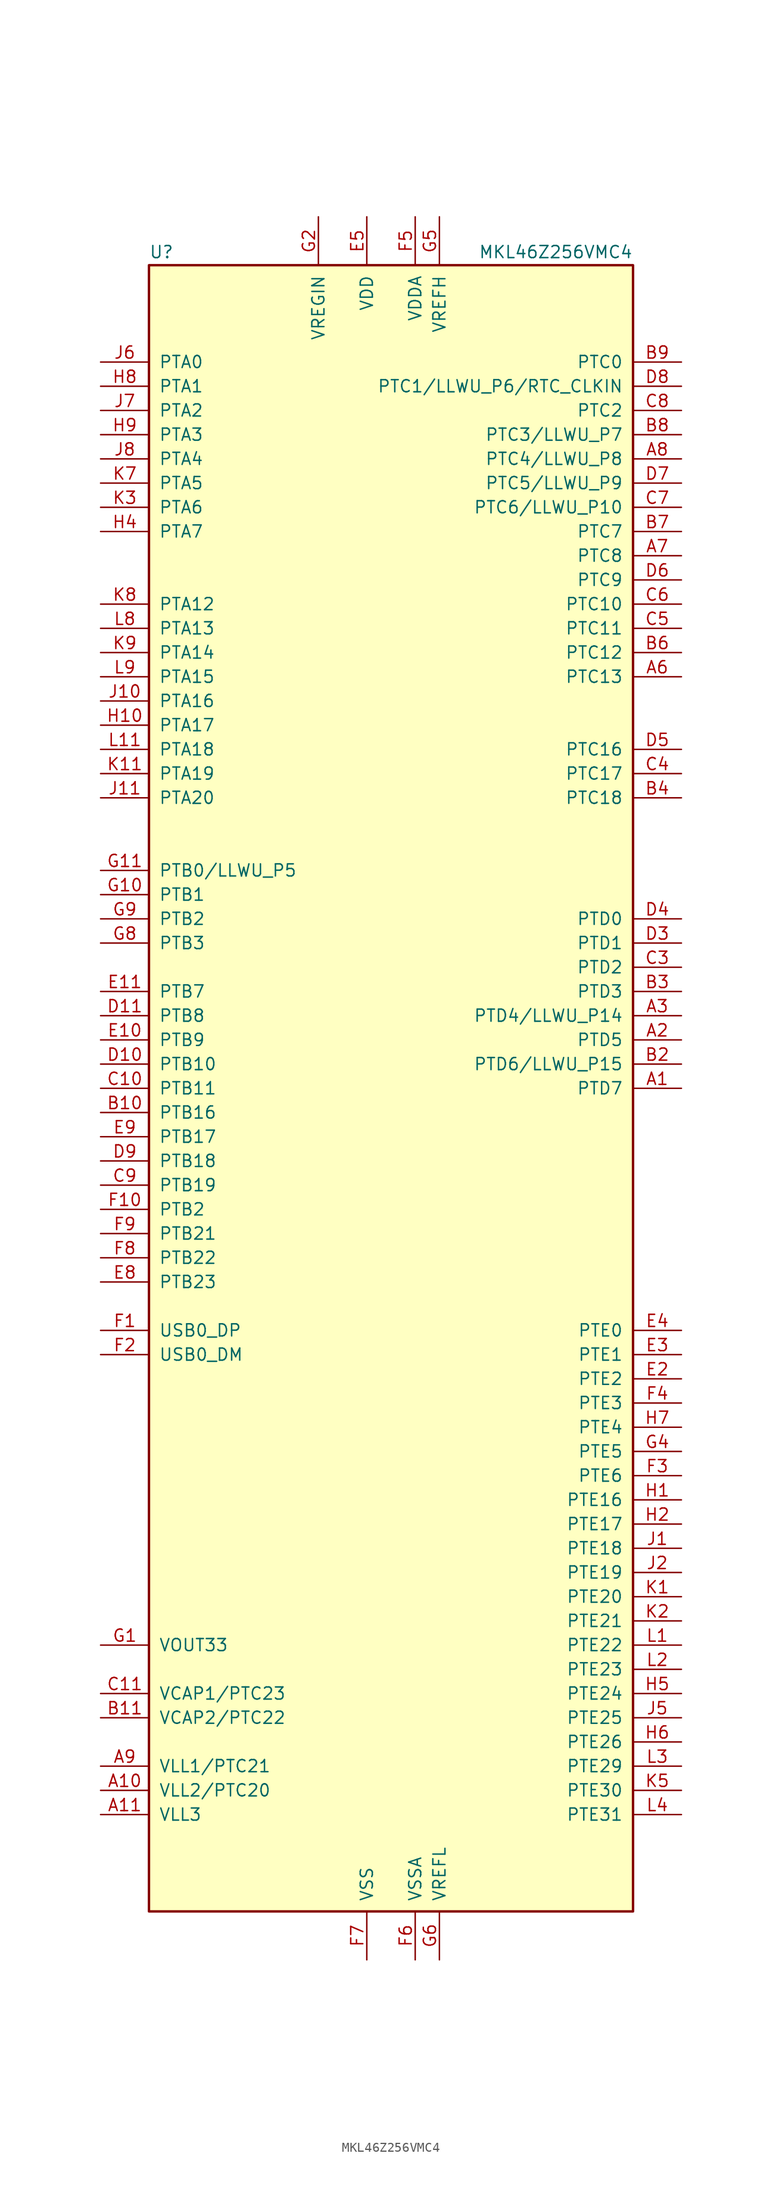
<source format=kicad_sym>
(kicad_symbol_lib
  (version 20211014)
  (generator kicad_symbol_editor)
  (symbol "MKL46Z256VMC4"
    (pin_names
      (offset 1.016))
    (property "Reference" "U"
      (at -25.4 86.995 0)
      (effects (font (size 1.27 1.27)) (justify left bottom)))
    (property "Value" "MKL46Z256VMC4"
      (at 25.4 86.995 0)
      (effects (font (size 1.27 1.27)) (justify right bottom)))
    (symbol "MKL46Z256VMC4_0_1"
      (rectangle (start -25.4 86.36) (end 25.4 -86.36) (stroke (width 0.254) (type default) (color 0 0 0 0)) (fill (type background))))
    (symbol "MKL46Z256VMC4_1_1"
      (pin bidirectional line (at 30.48 0 180) (length 5.08) (name "PTD7" (effects (font (size 1.27 1.27)))) (number "A1" (effects (font (size 1.27 1.27)))))
      (pin power_out line (at -30.48 -73.66 0) (length 5.08) (name "VLL2/PTC20" (effects (font (size 1.27 1.27)))) (number "A10" (effects (font (size 1.27 1.27)))))
      (pin power_out line (at -30.48 -76.2 0) (length 5.08) (name "VLL3" (effects (font (size 1.27 1.27)))) (number "A11" (effects (font (size 1.27 1.27)))))
      (pin bidirectional line (at 30.48 5.08 180) (length 5.08) (name "PTD5" (effects (font (size 1.27 1.27)))) (number "A2" (effects (font (size 1.27 1.27)))))
      (pin bidirectional line (at 30.48 7.62 180) (length 5.08) (name "PTD4/LLWU_P14" (effects (font (size 1.27 1.27)))) (number "A3" (effects (font (size 1.27 1.27)))))
      (pin no_connect line (at 25.4 27.94 180) (length 5.08) hide (name "NC" (effects (font (size 1.27 1.27)))) (number "A4" (effects (font (size 1.27 1.27)))))
      (pin no_connect line (at 25.4 40.64 180) (length 5.08) hide (name "NC" (effects (font (size 1.27 1.27)))) (number "A5" (effects (font (size 1.27 1.27)))))
      (pin bidirectional line (at 30.48 43.18 180) (length 5.08) (name "PTC13" (effects (font (size 1.27 1.27)))) (number "A6" (effects (font (size 1.27 1.27)))))
      (pin bidirectional line (at 30.48 55.88 180) (length 5.08) (name "PTC8" (effects (font (size 1.27 1.27)))) (number "A7" (effects (font (size 1.27 1.27)))))
      (pin bidirectional line (at 30.48 66.04 180) (length 5.08) (name "PTC4/LLWU_P8" (effects (font (size 1.27 1.27)))) (number "A8" (effects (font (size 1.27 1.27)))))
      (pin power_out line (at -30.48 -71.12 0) (length 5.08) (name "VLL1/PTC21" (effects (font (size 1.27 1.27)))) (number "A9" (effects (font (size 1.27 1.27)))))
      (pin no_connect line (at 25.4 -7.62 180) (length 5.08) hide (name "NC" (effects (font (size 1.27 1.27)))) (number "B1" (effects (font (size 1.27 1.27)))))
      (pin bidirectional line (at -30.48 -2.54 0) (length 5.08) (name "PTB16" (effects (font (size 1.27 1.27)))) (number "B10" (effects (font (size 1.27 1.27)))))
      (pin passive line (at -30.48 -66.04 0) (length 5.08) (name "VCAP2/PTC22" (effects (font (size 1.27 1.27)))) (number "B11" (effects (font (size 1.27 1.27)))))
      (pin bidirectional line (at 30.48 2.54 180) (length 5.08) (name "PTD6/LLWU_P15" (effects (font (size 1.27 1.27)))) (number "B2" (effects (font (size 1.27 1.27)))))
      (pin bidirectional line (at 30.48 10.16 180) (length 5.08) (name "PTD3" (effects (font (size 1.27 1.27)))) (number "B3" (effects (font (size 1.27 1.27)))))
      (pin bidirectional line (at 30.48 30.48 180) (length 5.08) (name "PTC18" (effects (font (size 1.27 1.27)))) (number "B4" (effects (font (size 1.27 1.27)))))
      (pin no_connect line (at 25.4 38.1 180) (length 5.08) hide (name "NC" (effects (font (size 1.27 1.27)))) (number "B5" (effects (font (size 1.27 1.27)))))
      (pin bidirectional line (at 30.48 45.72 180) (length 5.08) (name "PTC12" (effects (font (size 1.27 1.27)))) (number "B6" (effects (font (size 1.27 1.27)))))
      (pin bidirectional line (at 30.48 58.42 180) (length 5.08) (name "PTC7" (effects (font (size 1.27 1.27)))) (number "B7" (effects (font (size 1.27 1.27)))))
      (pin bidirectional line (at 30.48 68.58 180) (length 5.08) (name "PTC3/LLWU_P7" (effects (font (size 1.27 1.27)))) (number "B8" (effects (font (size 1.27 1.27)))))
      (pin bidirectional line (at 30.48 76.2 180) (length 5.08) (name "PTC0" (effects (font (size 1.27 1.27)))) (number "B9" (effects (font (size 1.27 1.27)))))
      (pin no_connect line (at 25.4 -12.7 180) (length 5.08) hide (name "NC" (effects (font (size 1.27 1.27)))) (number "C1" (effects (font (size 1.27 1.27)))))
      (pin bidirectional line (at -30.48 0 0) (length 5.08) (name "PTB11" (effects (font (size 1.27 1.27)))) (number "C10" (effects (font (size 1.27 1.27)))))
      (pin passive line (at -30.48 -63.5 0) (length 5.08) (name "VCAP1/PTC23" (effects (font (size 1.27 1.27)))) (number "C11" (effects (font (size 1.27 1.27)))))
      (pin no_connect line (at 25.4 -10.16 180) (length 5.08) hide (name "NC" (effects (font (size 1.27 1.27)))) (number "C2" (effects (font (size 1.27 1.27)))))
      (pin bidirectional line (at 30.48 12.7 180) (length 5.08) (name "PTD2" (effects (font (size 1.27 1.27)))) (number "C3" (effects (font (size 1.27 1.27)))))
      (pin bidirectional line (at 30.48 33.02 180) (length 5.08) (name "PTC17" (effects (font (size 1.27 1.27)))) (number "C4" (effects (font (size 1.27 1.27)))))
      (pin bidirectional line (at 30.48 48.26 180) (length 5.08) (name "PTC11" (effects (font (size 1.27 1.27)))) (number "C5" (effects (font (size 1.27 1.27)))))
      (pin bidirectional line (at 30.48 50.8 180) (length 5.08) (name "PTC10" (effects (font (size 1.27 1.27)))) (number "C6" (effects (font (size 1.27 1.27)))))
      (pin bidirectional line (at 30.48 60.96 180) (length 5.08) (name "PTC6/LLWU_P10" (effects (font (size 1.27 1.27)))) (number "C7" (effects (font (size 1.27 1.27)))))
      (pin bidirectional line (at 30.48 71.12 180) (length 5.08) (name "PTC2" (effects (font (size 1.27 1.27)))) (number "C8" (effects (font (size 1.27 1.27)))))
      (pin bidirectional line (at -30.48 -10.16 0) (length 5.08) (name "PTB19" (effects (font (size 1.27 1.27)))) (number "C9" (effects (font (size 1.27 1.27)))))
      (pin no_connect line (at 25.4 -17.78 180) (length 5.08) hide (name "NC" (effects (font (size 1.27 1.27)))) (number "D1" (effects (font (size 1.27 1.27)))))
      (pin bidirectional line (at -30.48 2.54 0) (length 5.08) (name "PTB10" (effects (font (size 1.27 1.27)))) (number "D10" (effects (font (size 1.27 1.27)))))
      (pin bidirectional line (at -30.48 7.62 0) (length 5.08) (name "PTB8" (effects (font (size 1.27 1.27)))) (number "D11" (effects (font (size 1.27 1.27)))))
      (pin no_connect line (at 25.4 -15.24 180) (length 5.08) hide (name "NC" (effects (font (size 1.27 1.27)))) (number "D2" (effects (font (size 1.27 1.27)))))
      (pin bidirectional line (at 30.48 15.24 180) (length 5.08) (name "PTD1" (effects (font (size 1.27 1.27)))) (number "D3" (effects (font (size 1.27 1.27)))))
      (pin bidirectional line (at 30.48 17.78 180) (length 5.08) (name "PTD0" (effects (font (size 1.27 1.27)))) (number "D4" (effects (font (size 1.27 1.27)))))
      (pin bidirectional line (at 30.48 35.56 180) (length 5.08) (name "PTC16" (effects (font (size 1.27 1.27)))) (number "D5" (effects (font (size 1.27 1.27)))))
      (pin bidirectional line (at 30.48 53.34 180) (length 5.08) (name "PTC9" (effects (font (size 1.27 1.27)))) (number "D6" (effects (font (size 1.27 1.27)))))
      (pin bidirectional line (at 30.48 63.5 180) (length 5.08) (name "PTC5/LLWU_P9" (effects (font (size 1.27 1.27)))) (number "D7" (effects (font (size 1.27 1.27)))))
      (pin bidirectional line (at 30.48 73.66 180) (length 5.08) (name "PTC1/LLWU_P6/RTC_CLKIN" (effects (font (size 1.27 1.27)))) (number "D8" (effects (font (size 1.27 1.27)))))
      (pin bidirectional line (at -30.48 -7.62 0) (length 5.08) (name "PTB18" (effects (font (size 1.27 1.27)))) (number "D9" (effects (font (size 1.27 1.27)))))
      (pin no_connect line (at 25.4 -20.32 180) (length 5.08) hide (name "NC" (effects (font (size 1.27 1.27)))) (number "E1" (effects (font (size 1.27 1.27)))))
      (pin bidirectional line (at -30.48 5.08 0) (length 5.08) (name "PTB9" (effects (font (size 1.27 1.27)))) (number "E10" (effects (font (size 1.27 1.27)))))
      (pin bidirectional line (at -30.48 10.16 0) (length 5.08) (name "PTB7" (effects (font (size 1.27 1.27)))) (number "E11" (effects (font (size 1.27 1.27)))))
      (pin bidirectional line (at 30.48 -30.48 180) (length 5.08) (name "PTE2" (effects (font (size 1.27 1.27)))) (number "E2" (effects (font (size 1.27 1.27)))))
      (pin bidirectional line (at 30.48 -27.94 180) (length 5.08) (name "PTE1" (effects (font (size 1.27 1.27)))) (number "E3" (effects (font (size 1.27 1.27)))))
      (pin bidirectional line (at 30.48 -25.4 180) (length 5.08) (name "PTE0" (effects (font (size 1.27 1.27)))) (number "E4" (effects (font (size 1.27 1.27)))))
      (pin power_in line (at -2.54 91.44 270) (length 5.08) (name "VDD" (effects (font (size 1.27 1.27)))) (number "E5" (effects (font (size 1.27 1.27)))))
      (pin passive line (at -2.54 91.44 270) (length 5.08) hide (name "VDD" (effects (font (size 1.27 1.27)))) (number "E6" (effects (font (size 1.27 1.27)))))
      (pin passive line (at -2.54 91.44 270) (length 5.08) hide (name "VDD" (effects (font (size 1.27 1.27)))) (number "E7" (effects (font (size 1.27 1.27)))))
      (pin bidirectional line (at -30.48 -20.32 0) (length 5.08) (name "PTB23" (effects (font (size 1.27 1.27)))) (number "E8" (effects (font (size 1.27 1.27)))))
      (pin bidirectional line (at -30.48 -5.08 0) (length 5.08) (name "PTB17" (effects (font (size 1.27 1.27)))) (number "E9" (effects (font (size 1.27 1.27)))))
      (pin bidirectional line (at -30.48 -25.4 0) (length 5.08) (name "USB0_DP" (effects (font (size 1.27 1.27)))) (number "F1" (effects (font (size 1.27 1.27)))))
      (pin bidirectional line (at -30.48 -12.7 0) (length 5.08) (name "PTB2" (effects (font (size 1.27 1.27)))) (number "F10" (effects (font (size 1.27 1.27)))))
      (pin no_connect line (at -25.4 12.7 0) (length 5.08) hide (name "NC" (effects (font (size 1.27 1.27)))) (number "F11" (effects (font (size 1.27 1.27)))))
      (pin bidirectional line (at -30.48 -27.94 0) (length 5.08) (name "USB0_DM" (effects (font (size 1.27 1.27)))) (number "F2" (effects (font (size 1.27 1.27)))))
      (pin bidirectional line (at 30.48 -40.64 180) (length 5.08) (name "PTE6" (effects (font (size 1.27 1.27)))) (number "F3" (effects (font (size 1.27 1.27)))))
      (pin bidirectional line (at 30.48 -33.02 180) (length 5.08) (name "PTE3" (effects (font (size 1.27 1.27)))) (number "F4" (effects (font (size 1.27 1.27)))))
      (pin power_in line (at 2.54 91.44 270) (length 5.08) (name "VDDA" (effects (font (size 1.27 1.27)))) (number "F5" (effects (font (size 1.27 1.27)))))
      (pin power_in line (at 2.54 -91.44 90) (length 5.08) (name "VSSA" (effects (font (size 1.27 1.27)))) (number "F6" (effects (font (size 1.27 1.27)))))
      (pin power_in line (at -2.54 -91.44 90) (length 5.08) (name "VSS" (effects (font (size 1.27 1.27)))) (number "F7" (effects (font (size 1.27 1.27)))))
      (pin bidirectional line (at -30.48 -17.78 0) (length 5.08) (name "PTB22" (effects (font (size 1.27 1.27)))) (number "F8" (effects (font (size 1.27 1.27)))))
      (pin bidirectional line (at -30.48 -15.24 0) (length 5.08) (name "PTB21" (effects (font (size 1.27 1.27)))) (number "F9" (effects (font (size 1.27 1.27)))))
      (pin power_out line (at -30.48 -58.42 0) (length 5.08) (name "VOUT33" (effects (font (size 1.27 1.27)))) (number "G1" (effects (font (size 1.27 1.27)))))
      (pin bidirectional line (at -30.48 20.32 0) (length 5.08) (name "PTB1" (effects (font (size 1.27 1.27)))) (number "G10" (effects (font (size 1.27 1.27)))))
      (pin bidirectional line (at -30.48 22.86 0) (length 5.08) (name "PTB0/LLWU_P5" (effects (font (size 1.27 1.27)))) (number "G11" (effects (font (size 1.27 1.27)))))
      (pin power_in line (at -7.62 91.44 270) (length 5.08) (name "VREGIN" (effects (font (size 1.27 1.27)))) (number "G2" (effects (font (size 1.27 1.27)))))
      (pin passive line (at -2.54 -91.44 90) (length 5.08) hide (name "VSS" (effects (font (size 1.27 1.27)))) (number "G3" (effects (font (size 1.27 1.27)))))
      (pin bidirectional line (at 30.48 -38.1 180) (length 5.08) (name "PTE5" (effects (font (size 1.27 1.27)))) (number "G4" (effects (font (size 1.27 1.27)))))
      (pin power_in line (at 5.08 91.44 270) (length 5.08) (name "VREFH" (effects (font (size 1.27 1.27)))) (number "G5" (effects (font (size 1.27 1.27)))))
      (pin power_in line (at 5.08 -91.44 90) (length 5.08) (name "VREFL" (effects (font (size 1.27 1.27)))) (number "G6" (effects (font (size 1.27 1.27)))))
      (pin passive line (at -2.54 -91.44 90) (length 5.08) hide (name "VSS" (effects (font (size 1.27 1.27)))) (number "G7" (effects (font (size 1.27 1.27)))))
      (pin bidirectional line (at -30.48 15.24 0) (length 5.08) (name "PTB3" (effects (font (size 1.27 1.27)))) (number "G8" (effects (font (size 1.27 1.27)))))
      (pin bidirectional line (at -30.48 17.78 0) (length 5.08) (name "PTB2" (effects (font (size 1.27 1.27)))) (number "G9" (effects (font (size 1.27 1.27)))))
      (pin bidirectional line (at 30.48 -43.18 180) (length 5.08) (name "PTE16" (effects (font (size 1.27 1.27)))) (number "H1" (effects (font (size 1.27 1.27)))))
      (pin bidirectional line (at -30.48 38.1 0) (length 5.08) (name "PTA17" (effects (font (size 1.27 1.27)))) (number "H10" (effects (font (size 1.27 1.27)))))
      (pin no_connect line (at -25.4 27.94 0) (length 5.08) hide (name "NC" (effects (font (size 1.27 1.27)))) (number "H11" (effects (font (size 1.27 1.27)))))
      (pin bidirectional line (at 30.48 -45.72 180) (length 5.08) (name "PTE17" (effects (font (size 1.27 1.27)))) (number "H2" (effects (font (size 1.27 1.27)))))
      (pin no_connect line (at -25.4 -45.72 0) (length 5.08) hide (name "NC" (effects (font (size 1.27 1.27)))) (number "H3" (effects (font (size 1.27 1.27)))))
      (pin bidirectional line (at -30.48 58.42 0) (length 5.08) (name "PTA7" (effects (font (size 1.27 1.27)))) (number "H4" (effects (font (size 1.27 1.27)))))
      (pin bidirectional line (at 30.48 -63.5 180) (length 5.08) (name "PTE24" (effects (font (size 1.27 1.27)))) (number "H5" (effects (font (size 1.27 1.27)))))
      (pin bidirectional line (at 30.48 -68.58 180) (length 5.08) (name "PTE26" (effects (font (size 1.27 1.27)))) (number "H6" (effects (font (size 1.27 1.27)))))
      (pin bidirectional line (at 30.48 -35.56 180) (length 5.08) (name "PTE4" (effects (font (size 1.27 1.27)))) (number "H7" (effects (font (size 1.27 1.27)))))
      (pin bidirectional line (at -30.48 73.66 0) (length 5.08) (name "PTA1" (effects (font (size 1.27 1.27)))) (number "H8" (effects (font (size 1.27 1.27)))))
      (pin bidirectional line (at -30.48 68.58 0) (length 5.08) (name "PTA3" (effects (font (size 1.27 1.27)))) (number "H9" (effects (font (size 1.27 1.27)))))
      (pin bidirectional line (at 30.48 -48.26 180) (length 5.08) (name "PTE18" (effects (font (size 1.27 1.27)))) (number "J1" (effects (font (size 1.27 1.27)))))
      (pin bidirectional line (at -30.48 40.64 0) (length 5.08) (name "PTA16" (effects (font (size 1.27 1.27)))) (number "J10" (effects (font (size 1.27 1.27)))))
      (pin bidirectional line (at -30.48 30.48 0) (length 5.08) (name "PTA20" (effects (font (size 1.27 1.27)))) (number "J11" (effects (font (size 1.27 1.27)))))
      (pin bidirectional line (at 30.48 -50.8 180) (length 5.08) (name "PTE19" (effects (font (size 1.27 1.27)))) (number "J2" (effects (font (size 1.27 1.27)))))
      (pin no_connect line (at -25.4 -48.26 0) (length 5.08) hide (name "NC" (effects (font (size 1.27 1.27)))) (number "J3" (effects (font (size 1.27 1.27)))))
      (pin no_connect line (at -25.4 53.34 0) (length 5.08) hide (name "NC" (effects (font (size 1.27 1.27)))) (number "J4" (effects (font (size 1.27 1.27)))))
      (pin bidirectional line (at 30.48 -66.04 180) (length 5.08) (name "PTE25" (effects (font (size 1.27 1.27)))) (number "J5" (effects (font (size 1.27 1.27)))))
      (pin bidirectional line (at -30.48 76.2 0) (length 5.08) (name "PTA0" (effects (font (size 1.27 1.27)))) (number "J6" (effects (font (size 1.27 1.27)))))
      (pin bidirectional line (at -30.48 71.12 0) (length 5.08) (name "PTA2" (effects (font (size 1.27 1.27)))) (number "J7" (effects (font (size 1.27 1.27)))))
      (pin bidirectional line (at -30.48 66.04 0) (length 5.08) (name "PTA4" (effects (font (size 1.27 1.27)))) (number "J8" (effects (font (size 1.27 1.27)))))
      (pin no_connect line (at -25.4 55.88 0) (length 5.08) hide (name "NC" (effects (font (size 1.27 1.27)))) (number "J9" (effects (font (size 1.27 1.27)))))
      (pin bidirectional line (at 30.48 -53.34 180) (length 5.08) (name "PTE20" (effects (font (size 1.27 1.27)))) (number "K1" (effects (font (size 1.27 1.27)))))
      (pin passive line (at -2.54 -91.44 90) (length 5.08) hide (name "VSS" (effects (font (size 1.27 1.27)))) (number "K10" (effects (font (size 1.27 1.27)))))
      (pin bidirectional line (at -30.48 33.02 0) (length 5.08) (name "PTA19" (effects (font (size 1.27 1.27)))) (number "K11" (effects (font (size 1.27 1.27)))))
      (pin bidirectional line (at 30.48 -55.88 180) (length 5.08) (name "PTE21" (effects (font (size 1.27 1.27)))) (number "K2" (effects (font (size 1.27 1.27)))))
      (pin bidirectional line (at -30.48 60.96 0) (length 5.08) (name "PTA6" (effects (font (size 1.27 1.27)))) (number "K3" (effects (font (size 1.27 1.27)))))
      (pin no_connect line (at -25.4 -50.8 0) (length 5.08) hide (name "NC" (effects (font (size 1.27 1.27)))) (number "K4" (effects (font (size 1.27 1.27)))))
      (pin bidirectional line (at 30.48 -73.66 180) (length 5.08) (name "PTE30" (effects (font (size 1.27 1.27)))) (number "K5" (effects (font (size 1.27 1.27)))))
      (pin passive line (at -2.54 91.44 270) (length 5.08) hide (name "VDD" (effects (font (size 1.27 1.27)))) (number "K6" (effects (font (size 1.27 1.27)))))
      (pin bidirectional line (at -30.48 63.5 0) (length 5.08) (name "PTA5" (effects (font (size 1.27 1.27)))) (number "K7" (effects (font (size 1.27 1.27)))))
      (pin bidirectional line (at -30.48 50.8 0) (length 5.08) (name "PTA12" (effects (font (size 1.27 1.27)))) (number "K8" (effects (font (size 1.27 1.27)))))
      (pin bidirectional line (at -30.48 45.72 0) (length 5.08) (name "PTA14" (effects (font (size 1.27 1.27)))) (number "K9" (effects (font (size 1.27 1.27)))))
      (pin bidirectional line (at 30.48 -58.42 180) (length 5.08) (name "PTE22" (effects (font (size 1.27 1.27)))) (number "L1" (effects (font (size 1.27 1.27)))))
      (pin passive line (at -2.54 91.44 270) (length 5.08) hide (name "VDD" (effects (font (size 1.27 1.27)))) (number "L10" (effects (font (size 1.27 1.27)))))
      (pin bidirectional line (at -30.48 35.56 0) (length 5.08) (name "PTA18" (effects (font (size 1.27 1.27)))) (number "L11" (effects (font (size 1.27 1.27)))))
      (pin bidirectional line (at 30.48 -60.96 180) (length 5.08) (name "PTE23" (effects (font (size 1.27 1.27)))) (number "L2" (effects (font (size 1.27 1.27)))))
      (pin bidirectional line (at 30.48 -71.12 180) (length 5.08) (name "PTE29" (effects (font (size 1.27 1.27)))) (number "L3" (effects (font (size 1.27 1.27)))))
      (pin bidirectional line (at 30.48 -76.2 180) (length 5.08) (name "PTE31" (effects (font (size 1.27 1.27)))) (number "L4" (effects (font (size 1.27 1.27)))))
      (pin passive line (at -2.54 -91.44 90) (length 5.08) hide (name "VSS" (effects (font (size 1.27 1.27)))) (number "L5" (effects (font (size 1.27 1.27)))))
      (pin passive line (at -2.54 -91.44 90) (length 5.08) hide (name "VSS" (effects (font (size 1.27 1.27)))) (number "L6" (effects (font (size 1.27 1.27)))))
      (pin no_connect line (at -25.4 -53.34 0) (length 5.08) hide (name "NC" (effects (font (size 1.27 1.27)))) (number "L7" (effects (font (size 1.27 1.27)))))
      (pin bidirectional line (at -30.48 48.26 0) (length 5.08) (name "PTA13" (effects (font (size 1.27 1.27)))) (number "L8" (effects (font (size 1.27 1.27)))))
      (pin bidirectional line (at -30.48 43.18 0) (length 5.08) (name "PTA15" (effects (font (size 1.27 1.27)))) (number "L9" (effects (font (size 1.27 1.27))))))))
</source>
